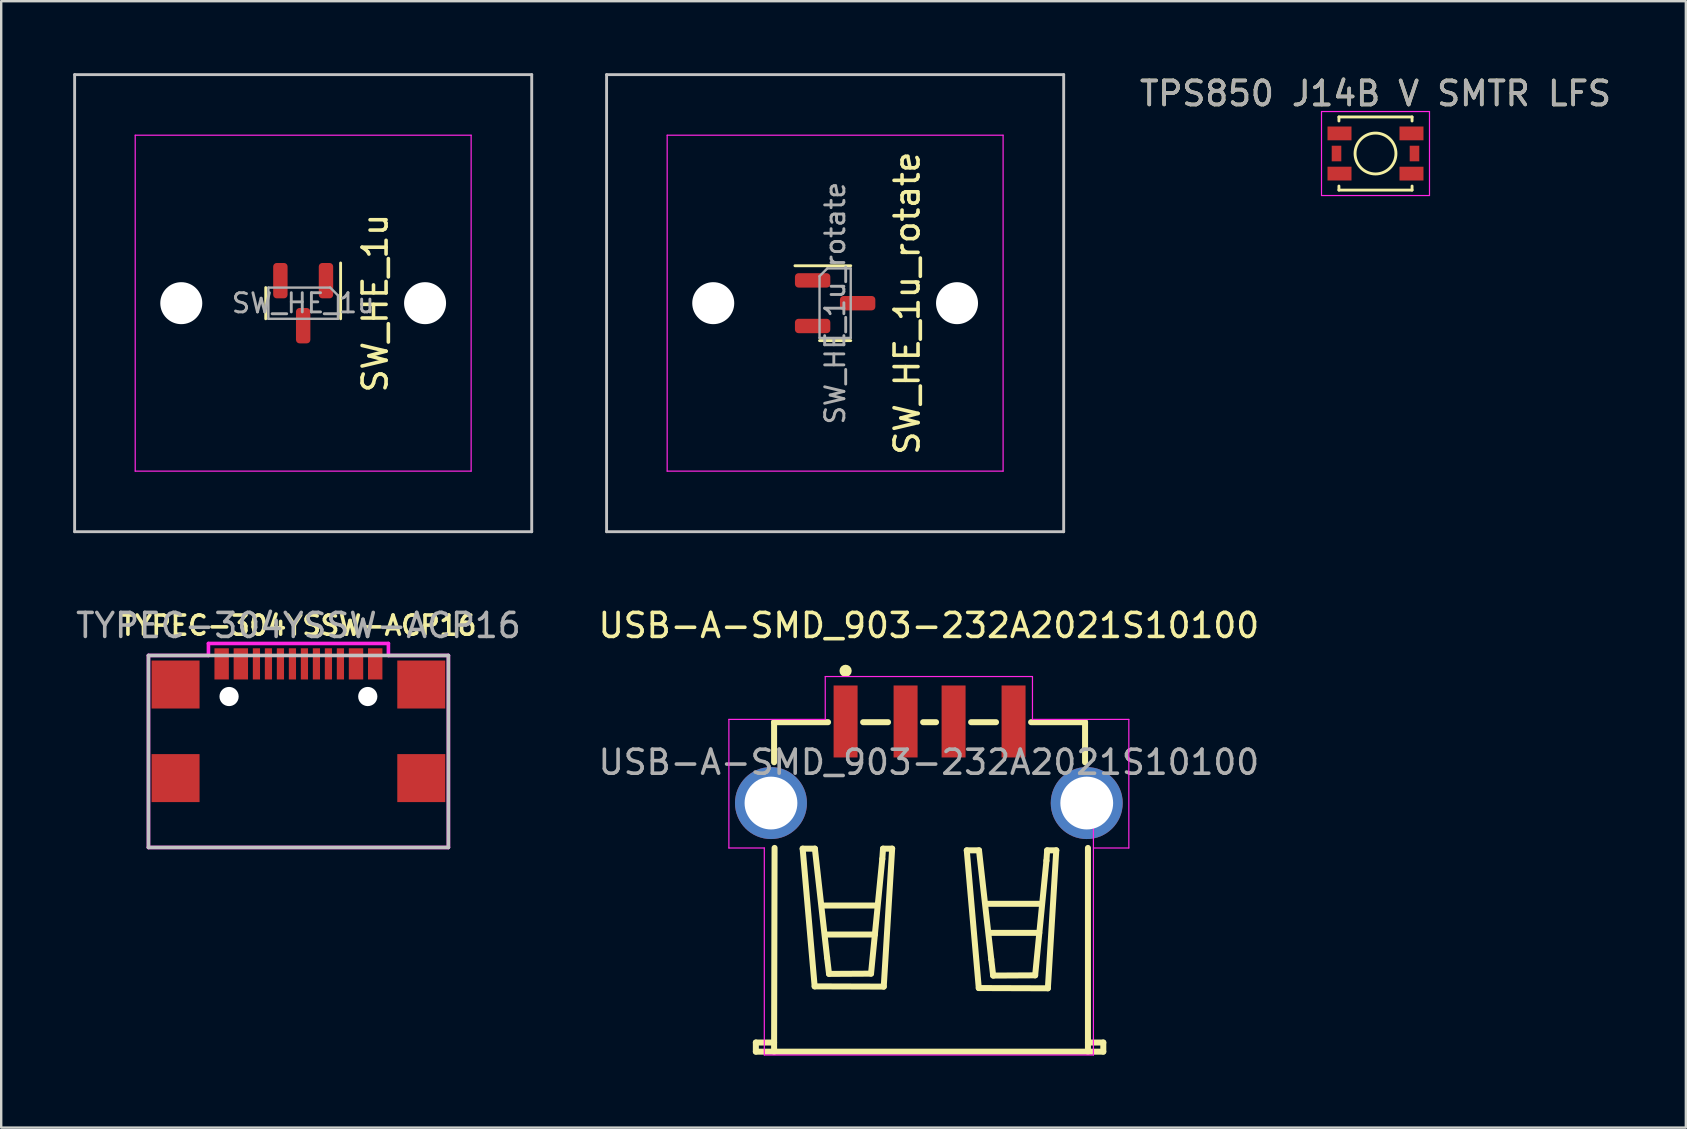
<source format=kicad_pcb>
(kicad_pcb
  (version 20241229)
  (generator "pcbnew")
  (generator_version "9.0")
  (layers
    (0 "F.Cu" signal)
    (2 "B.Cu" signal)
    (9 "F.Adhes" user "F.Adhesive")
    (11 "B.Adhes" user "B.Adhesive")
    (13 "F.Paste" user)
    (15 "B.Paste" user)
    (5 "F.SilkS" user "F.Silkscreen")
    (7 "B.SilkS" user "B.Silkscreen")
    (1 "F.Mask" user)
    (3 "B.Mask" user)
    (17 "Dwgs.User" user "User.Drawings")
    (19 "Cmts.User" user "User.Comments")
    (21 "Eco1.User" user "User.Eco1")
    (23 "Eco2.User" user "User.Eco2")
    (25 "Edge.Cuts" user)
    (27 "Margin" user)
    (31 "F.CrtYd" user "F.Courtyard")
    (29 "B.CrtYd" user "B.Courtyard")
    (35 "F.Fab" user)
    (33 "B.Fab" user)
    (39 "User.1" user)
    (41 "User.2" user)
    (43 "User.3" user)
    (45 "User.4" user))
  (footprint "SW_HE_1u_rotate"
    (layer "F.Cu")
    (at 31.755 9.585)
    (property "Reference" "SW_HE_1u_rotate" (at 3 0 270) (layer "F.SilkS") (effects (font (size 1 1) (thickness 0.15))))
    (attr smd)
    (fp_line (start -1.675 -1.56) (end 0.65 -1.56) (stroke (width 0.12) (type default)) (layer "F.SilkS"))
    (fp_line (start -0.65 1.56) (end 0.65 1.56) (stroke (width 0.12) (type default)) (layer "F.SilkS"))
    (fp_line (start -9.525 -9.525) (end -9.525 9.525) (stroke (width 0.12) (type solid)) (layer "Dwgs.User"))
    (fp_line (start -9.525 9.525) (end 9.525 9.525) (stroke (width 0.12) (type solid)) (layer "Dwgs.User"))
    (fp_line (start 9.525 -9.525) (end -9.525 -9.525) (stroke (width 0.12) (type solid)) (layer "Dwgs.User"))
    (fp_line (start 9.525 9.525) (end 9.525 -9.525) (stroke (width 0.12) (type solid)) (layer "Dwgs.User"))
    (fp_line (start -7 6.5) (end -7 -6.5) (stroke (width 0.05) (type solid)) (layer "Eco2.User"))
    (fp_line (start -6.5 -7) (end 6.5 -7) (stroke (width 0.05) (type solid)) (layer "Eco2.User"))
    (fp_line (start 6.5 7) (end -6.5 7) (stroke (width 0.05) (type solid)) (layer "Eco2.User"))
    (fp_line (start 7 -6.5) (end 7 6.5) (stroke (width 0.05) (type solid)) (layer "Eco2.User"))
    (fp_arc (start -7 -6.5) (mid -6.853553 -6.853553) (end -6.5 -7) (stroke (width 0.05) (type solid)) (layer "Eco2.User"))
    (fp_arc (start -6.5 7) (mid -6.853553 6.853553) (end -7 6.5) (stroke (width 0.05) (type solid)) (layer "Eco2.User"))
    (fp_arc (start 6.5 -7) (mid 6.853553 -6.853553) (end 7 -6.5) (stroke (width 0.05) (type solid)) (layer "Eco2.User"))
    (fp_arc (start 6.997236 6.498884) (mid 6.850789 6.852437) (end 6.497236 6.998884) (stroke (width 0.05) (type solid)) (layer "Eco2.User"))
    (fp_line (start -7 -7) (end -7 7) (stroke (width 0.05) (type solid)) (layer "F.CrtYd"))
    (fp_line (start -7 7) (end 7 7) (stroke (width 0.05) (type solid)) (layer "F.CrtYd"))
    (fp_line (start 7 -7) (end -7 -7) (stroke (width 0.05) (type solid)) (layer "F.CrtYd"))
    (fp_line (start 7 7) (end 7 -7) (stroke (width 0.05) (type solid)) (layer "F.CrtYd"))
    (fp_line (start -0.65 1.45) (end -0.65 -1.125) (stroke (width 0.1) (type default)) (layer "F.Fab"))
    (fp_line (start -0.325 -1.45) (end -0.65 -1.125) (stroke (width 0.1) (type default)) (layer "F.Fab"))
    (fp_line (start -0.325 -1.45) (end 0.65 -1.45) (stroke (width 0.1) (type default)) (layer "F.Fab"))
    (fp_line (start 0.65 1.45) (end -0.65 1.45) (stroke (width 0.1) (type default)) (layer "F.Fab"))
    (fp_line (start 0.65 1.45) (end 0.65 -1.45) (stroke (width 0.1) (type default)) (layer "F.Fab"))
    (fp_text user "${REFERENCE}" (at 0 0 90) (layer "F.Fab") (effects (font (size 0.8 0.8) (thickness 0.12))))
    (pad "" np_thru_hole circle (at -5.08 0) (size 1.75 1.75) (drill 1.75) (layers "*.Cu" "*.Mask"))
    (pad "" np_thru_hole circle (at 5.08 0) (size 1.75 1.75) (drill 1.75) (layers "*.Cu" "*.Mask"))
    (pad "1" smd roundrect (at -0.938 -0.95) (size 1.475 0.6) (layers "F.Cu" "F.Mask" "F.Paste") (roundrect_rratio 0.25))
    (pad "2" smd roundrect (at -0.938 0.95) (size 1.475 0.6) (layers "F.Cu" "F.Mask" "F.Paste") (roundrect_rratio 0.25))
    (pad "3" smd roundrect (at 0.938 0) (size 1.475 0.6) (layers "F.Cu" "F.Mask" "F.Paste") (roundrect_rratio 0.25))
    (zone (net_name "") (layers "F.Cu" "B.Cu") (hatch edge 0.5) (connect_pads) (min_thickness 0.25) (filled_areas_thickness no) (keepout (tracks allowed) (vias allowed) (pads allowed) (copperpour not_allowed) (footprints allowed)) (placement (enabled no)) (fill) (polygon (pts (arc (start 30.335 7.665) (mid 29.981447 7.811447) (end 29.835 8.165)) (arc (start 29.835 11.005) (mid 29.981447 11.358553) (end 30.335 11.505)) (arc (start 33.175 11.505) (mid 33.528553 11.358553) (end 33.675 11.005)) (arc (start 33.675 8.165) (mid 33.528553 7.811447) (end 33.175 7.665))))))
  (footprint "TYPEC-304YSSW-ACP16"
    (layer "F.Cu")
    (at 9.387 32.268)
    (property "Reference" "TYPEC-304YSSW-ACP16" (at 0 -9.25 0) (layer "F.SilkS") (effects (font (size 0.8 0.8) (thickness 0.15))))
    (attr smd)
    (fp_line (start -6.25 -8) (end 6.25 -8) (stroke (width 0.15) (type solid)) (layer "Dwgs.User"))
    (fp_line (start -6.25 0) (end -6.25 -8) (stroke (width 0.15) (type solid)) (layer "Dwgs.User"))
    (fp_line (start -6.25 0) (end 6.25 0) (stroke (width 0.15) (type solid)) (layer "Dwgs.User"))
    (fp_line (start 6.25 0) (end 6.25 -8) (stroke (width 0.15) (type solid)) (layer "Dwgs.User"))
    (fp_circle (center -2.89 -6.29) (end -2.765 -6.29) (stroke (width 0.25) (type solid)) (fill no) (layer "Cmts.User"))
    (fp_circle (center 2.89 -6.29) (end 3.015 -6.29) (stroke (width 0.25) (type solid)) (fill no) (layer "Cmts.User"))
    (fp_line (start -6.25 -8) (end -3.75 -8) (stroke (width 0.15) (type solid)) (layer "F.CrtYd"))
    (fp_line (start -6.25 0) (end -6.25 -8) (stroke (width 0.15) (type solid)) (layer "F.CrtYd"))
    (fp_line (start -3.75 -8.5) (end 3.75 -8.5) (stroke (width 0.15) (type solid)) (layer "F.CrtYd"))
    (fp_line (start -3.75 -8) (end -3.75 -8.5) (stroke (width 0.15) (type solid)) (layer "F.CrtYd"))
    (fp_line (start 3.75 -8.5) (end 3.75 -8) (stroke (width 0.15) (type solid)) (layer "F.CrtYd"))
    (fp_line (start 6.25 -8) (end 3.75 -8) (stroke (width 0.15) (type solid)) (layer "F.CrtYd"))
    (fp_line (start 6.25 -8) (end 6.25 0) (stroke (width 0.15) (type solid)) (layer "F.CrtYd"))
    (fp_line (start 6.25 0) (end -6.25 0) (stroke (width 0.15) (type solid)) (layer "F.CrtYd"))
    (fp_text user "${REFERENCE}" (at 0 -9.25 0) (layer "F.Fab") (effects (font (size 1 1) (thickness 0.15))))
    (pad "" np_thru_hole circle (at -2.89 -6.29) (size 0.8 0.8) (drill 0.8) (layers "*.Cu" "*.Mask"))
    (pad "" np_thru_hole circle (at 2.89 -6.29) (size 0.8 0.8) (drill 0.8) (layers "*.Cu" "*.Mask"))
    (pad "1" smd rect (at -3.2 -7.65) (size 0.6 1.3) (layers "F.Cu" "F.Mask" "F.Paste"))
    (pad "2" smd rect (at -2.4 -7.65) (size 0.6 1.3) (layers "F.Cu" "F.Mask" "F.Paste"))
    (pad "3" smd rect (at -1.75 -7.65) (size 0.3 1.3) (layers "F.Cu" "F.Mask" "F.Paste"))
    (pad "4" smd rect (at -1.25 -7.65) (size 0.3 1.3) (layers "F.Cu" "F.Mask" "F.Paste"))
    (pad "5" smd rect (at -0.75 -7.65) (size 0.3 1.3) (layers "F.Cu" "F.Mask" "F.Paste"))
    (pad "6" smd rect (at -0.25 -7.65) (size 0.3 1.3) (layers "F.Cu" "F.Mask" "F.Paste"))
    (pad "7" smd rect (at 0.25 -7.65) (size 0.3 1.3) (layers "F.Cu" "F.Mask" "F.Paste"))
    (pad "8" smd rect (at 0.75 -7.65) (size 0.3 1.3) (layers "F.Cu" "F.Mask" "F.Paste"))
    (pad "9" smd rect (at 1.25 -7.65) (size 0.3 1.3) (layers "F.Cu" "F.Mask" "F.Paste"))
    (pad "10" smd rect (at 1.75 -7.65) (size 0.3 1.3) (layers "F.Cu" "F.Mask" "F.Paste"))
    (pad "11" smd rect (at 2.4 -7.65) (size 0.6 1.3) (layers "F.Cu" "F.Mask" "F.Paste"))
    (pad "12" smd rect (at 3.2 -7.65) (size 0.6 1.3) (layers "F.Cu" "F.Mask" "F.Paste"))
    (pad "13" smd rect (at -5.12 -6.79) (size 2 2) (layers "F.Cu" "F.Mask" "F.Paste"))
    (pad "13" smd rect (at -5.12 -2.89) (size 2 2) (layers "F.Cu" "F.Mask" "F.Paste"))
    (pad "13" smd rect (at 5.12 -6.79) (size 2 2) (layers "F.Cu" "F.Mask" "F.Paste"))
    (pad "13" smd rect (at 5.12 -2.89) (size 2 2) (layers "F.Cu" "F.Mask" "F.Paste")))
  (footprint "SW_HE_1u"
    (layer "F.Cu")
    (at 9.585 9.585)
    (property "Reference" "SW_HE_1u" (at 3 0 270) (layer "F.SilkS") (effects (font (size 1 1) (thickness 0.15))))
    (attr smd)
    (fp_line (start -1.56 -0.65) (end -1.56 0.65) (stroke (width 0.12) (type default)) (layer "F.SilkS"))
    (fp_line (start 1.56 -1.675) (end 1.56 0.65) (stroke (width 0.12) (type default)) (layer "F.SilkS"))
    (fp_line (start -9.525 -9.525) (end -9.525 9.525) (stroke (width 0.12) (type solid)) (layer "Dwgs.User"))
    (fp_line (start -9.525 9.525) (end 9.525 9.525) (stroke (width 0.12) (type solid)) (layer "Dwgs.User"))
    (fp_line (start 9.525 -9.525) (end -9.525 -9.525) (stroke (width 0.12) (type solid)) (layer "Dwgs.User"))
    (fp_line (start 9.525 9.525) (end 9.525 -9.525) (stroke (width 0.12) (type solid)) (layer "Dwgs.User"))
    (fp_line (start -7 6.5) (end -7 -6.5) (stroke (width 0.05) (type solid)) (layer "Eco2.User"))
    (fp_line (start -6.5 -7) (end 6.5 -7) (stroke (width 0.05) (type solid)) (layer "Eco2.User"))
    (fp_line (start 6.5 7) (end -6.5 7) (stroke (width 0.05) (type solid)) (layer "Eco2.User"))
    (fp_line (start 7 -6.5) (end 7 6.5) (stroke (width 0.05) (type solid)) (layer "Eco2.User"))
    (fp_arc (start -7 -6.5) (mid -6.853553 -6.853553) (end -6.5 -7) (stroke (width 0.05) (type solid)) (layer "Eco2.User"))
    (fp_arc (start -6.5 7) (mid -6.853553 6.853553) (end -7 6.5) (stroke (width 0.05) (type solid)) (layer "Eco2.User"))
    (fp_arc (start 6.5 -7) (mid 6.853553 -6.853553) (end 7 -6.5) (stroke (width 0.05) (type solid)) (layer "Eco2.User"))
    (fp_arc (start 6.997236 6.498884) (mid 6.850789 6.852437) (end 6.497236 6.998884) (stroke (width 0.05) (type solid)) (layer "Eco2.User"))
    (fp_line (start -7 -7) (end -7 7) (stroke (width 0.05) (type solid)) (layer "F.CrtYd"))
    (fp_line (start -7 7) (end 7 7) (stroke (width 0.05) (type solid)) (layer "F.CrtYd"))
    (fp_line (start 7 -7) (end -7 -7) (stroke (width 0.05) (type solid)) (layer "F.CrtYd"))
    (fp_line (start 7 7) (end 7 -7) (stroke (width 0.05) (type solid)) (layer "F.CrtYd"))
    (fp_line (start -1.45 -0.65) (end 1.125 -0.65) (stroke (width 0.1) (type default)) (layer "F.Fab"))
    (fp_line (start -1.45 0.65) (end -1.45 -0.65) (stroke (width 0.1) (type default)) (layer "F.Fab"))
    (fp_line (start -1.45 0.65) (end 1.45 0.65) (stroke (width 0.1) (type default)) (layer "F.Fab"))
    (fp_line (start 1.45 -0.325) (end 1.125 -0.65) (stroke (width 0.1) (type default)) (layer "F.Fab"))
    (fp_line (start 1.45 -0.325) (end 1.45 0.65) (stroke (width 0.1) (type default)) (layer "F.Fab"))
    (fp_text user "${REFERENCE}" (at 0 0 0) (layer "F.Fab") (effects (font (size 0.8 0.8) (thickness 0.12))))
    (pad "" np_thru_hole circle (at -5.08 0) (size 1.75 1.75) (drill 1.75) (layers "*.Cu" "*.Mask"))
    (pad "" np_thru_hole circle (at 5.08 0) (size 1.75 1.75) (drill 1.75) (layers "*.Cu" "*.Mask"))
    (pad "1" smd roundrect (at 0.95 -0.938 270) (size 1.475 0.6) (layers "F.Cu" "F.Mask" "F.Paste") (roundrect_rratio 0.25))
    (pad "2" smd roundrect (at -0.95 -0.938 270) (size 1.475 0.6) (layers "F.Cu" "F.Mask" "F.Paste") (roundrect_rratio 0.25))
    (pad "3" smd roundrect (at 0 0.938 270) (size 1.475 0.6) (layers "F.Cu" "F.Mask" "F.Paste") (roundrect_rratio 0.25))
    (zone (net_name "") (layers "F.Cu" "B.Cu") (hatch edge 0.5) (connect_pads) (min_thickness 0.25) (filled_areas_thickness no) (keepout (tracks allowed) (vias allowed) (pads allowed) (copperpour not_allowed) (footprints allowed)) (placement (enabled no)) (fill) (polygon (pts (arc (start 11.505 8.165) (mid 11.358553 7.811447) (end 11.005 7.665)) (arc (start 8.165 7.665) (mid 7.811447 7.811447) (end 7.665 8.165)) (arc (start 7.665 11.005) (mid 7.811447 11.358553) (end 8.165 11.505)) (arc (start 11.005 11.505) (mid 11.358553 11.358553) (end 11.505 11.005))))))
  (footprint "TPS850 J14B V SMTR LFS"
    (layer "F.Cu")
    (at 54.275 3.348)
    (property "Reference" "TPS850 J14B V SMTR LFS" (at 0 -2.5 0) (layer "F.SilkS") (effects (font (size 1 1) (thickness 0.15))))
    (attr smd)
    (fp_line (start -1.524 -1.524) (end -1.524 -1.356) (stroke (width 0.12) (type solid)) (layer "F.SilkS"))
    (fp_line (start -1.524 1.356) (end -1.524 1.524) (stroke (width 0.12) (type solid)) (layer "F.SilkS"))
    (fp_line (start -1.524 1.524) (end 1.524 1.524) (stroke (width 0.12) (type solid)) (layer "F.SilkS"))
    (fp_line (start 1.524 -1.524) (end -1.524 -1.524) (stroke (width 0.12) (type solid)) (layer "F.SilkS"))
    (fp_line (start 1.524 -1.356) (end 1.524 -1.524) (stroke (width 0.12) (type solid)) (layer "F.SilkS"))
    (fp_line (start 1.524 1.524) (end 1.524 1.356) (stroke (width 0.12) (type solid)) (layer "F.SilkS"))
    (fp_circle (center 0 0) (end 0.852 0) (stroke (width 0.12) (type solid)) (fill no) (layer "F.SilkS"))
    (fp_line (start -2.25 -1.75) (end 2.25 -1.75) (stroke (width 0.05) (type solid)) (layer "F.CrtYd"))
    (fp_line (start -2.25 1.75) (end -2.25 -1.75) (stroke (width 0.05) (type solid)) (layer "F.CrtYd"))
    (fp_line (start 2.25 -1.75) (end 2.25 1.75) (stroke (width 0.05) (type solid)) (layer "F.CrtYd"))
    (fp_line (start 2.25 1.75) (end -2.25 1.75) (stroke (width 0.05) (type solid)) (layer "F.CrtYd"))
    (fp_text user "${REFERENCE}" (at 0 -2.5 0) (layer "F.Fab") (effects (font (size 1 1) (thickness 0.15))))
    (pad "1" smd rect (at -1.5 -0.838) (size 1 0.575) (layers "F.Cu" "F.Mask" "F.Paste"))
    (pad "1" smd rect (at 1.5 -0.838) (size 1 0.575) (layers "F.Cu" "F.Mask" "F.Paste"))
    (pad "2" smd rect (at -1.5 0.837) (size 1 0.575) (layers "F.Cu" "F.Mask" "F.Paste"))
    (pad "2" smd rect (at 1.5 0.838) (size 1 0.575) (layers "F.Cu" "F.Mask" "F.Paste"))
    (pad "MP" smd rect (at -1.625 0) (size 0.4 0.65) (layers "F.Cu" "F.Mask" "F.Paste"))
    (pad "MP" smd rect (at 1.625 0) (size 0.4 0.65) (layers "F.Cu" "F.Mask" "F.Paste")))
  (footprint "USB-A-SMD_903-232A2021S10100"
    (layer "F.Cu")
    (at 35.661 28.718)
    (property "Reference" "USB-A-SMD_903-232A2021S10100" (at 0 -5.7 0) (layer "F.SilkS") (effects (font (size 1 1) (thickness 0.15))))
    (attr smd)
    (fp_line (start -7.21 11.68) (end -6.45 11.68) (stroke (width 0.25) (type solid)) (layer "F.SilkS"))
    (fp_line (start -7.21 12.06) (end -7.21 11.68) (stroke (width 0.25) (type solid)) (layer "F.SilkS"))
    (fp_line (start -6.45 0) (end -6.45 -1.67) (stroke (width 0.25) (type solid)) (layer "F.SilkS"))
    (fp_line (start -6.45 12.06) (end -7.21 12.06) (stroke (width 0.25) (type solid)) (layer "F.SilkS"))
    (fp_line (start -6.45 12.06) (end -6.43 3.57) (stroke (width 0.25) (type solid)) (layer "F.SilkS"))
    (fp_line (start -6.45 12.06) (end 6.63 12.06) (stroke (width 0.25) (type solid)) (layer "F.SilkS"))
    (fp_line (start -5.26 3.6) (end -4.75 3.6) (stroke (width 0.25) (type solid)) (layer "F.SilkS"))
    (fp_line (start -4.76 9.34) (end -5.26 3.6) (stroke (width 0.25) (type solid)) (layer "F.SilkS"))
    (fp_line (start -4.75 3.6) (end -4.24 8.15) (stroke (width 0.25) (type solid)) (layer "F.SilkS"))
    (fp_line (start -4.42 5.97) (end -2.16 5.97) (stroke (width 0.25) (type solid)) (layer "F.SilkS"))
    (fp_line (start -4.28 7.18) (end -2.25 7.18) (stroke (width 0.25) (type solid)) (layer "F.SilkS"))
    (fp_line (start -4.24 8.15) (end -4.16 8.82) (stroke (width 0.25) (type solid)) (layer "F.SilkS"))
    (fp_line (start -4.2 -1.67) (end -6.45 -1.67) (stroke (width 0.25) (type solid)) (layer "F.SilkS"))
    (fp_line (start -4.16 8.82) (end -2.41 8.81) (stroke (width 0.25) (type solid)) (layer "F.SilkS"))
    (fp_line (start -2.41 8.81) (end -1.94 4.03) (stroke (width 0.25) (type solid)) (layer "F.SilkS"))
    (fp_line (start -1.94 4.03) (end -1.91 3.6) (stroke (width 0.25) (type solid)) (layer "F.SilkS"))
    (fp_line (start -1.91 3.6) (end -1.53 3.6) (stroke (width 0.25) (type solid)) (layer "F.SilkS"))
    (fp_line (start -1.88 9.35) (end -4.76 9.34) (stroke (width 0.25) (type solid)) (layer "F.SilkS"))
    (fp_line (start -1.7 -1.67) (end -2.74 -1.67) (stroke (width 0.25) (type solid)) (layer "F.SilkS"))
    (fp_line (start -1.53 3.6) (end -1.88 9.35) (stroke (width 0.25) (type solid)) (layer "F.SilkS"))
    (fp_line (start 0.3 -1.67) (end -0.24 -1.67) (stroke (width 0.25) (type solid)) (layer "F.SilkS"))
    (fp_line (start 1.58 3.67) (end 2.09 3.67) (stroke (width 0.25) (type solid)) (layer "F.SilkS"))
    (fp_line (start 2.08 9.41) (end 1.58 3.67) (stroke (width 0.25) (type solid)) (layer "F.SilkS"))
    (fp_line (start 2.09 3.67) (end 2.6 8.21) (stroke (width 0.25) (type solid)) (layer "F.SilkS"))
    (fp_line (start 2.43 5.9) (end 4.69 5.9) (stroke (width 0.25) (type solid)) (layer "F.SilkS"))
    (fp_line (start 2.57 7.11) (end 4.6 7.11) (stroke (width 0.25) (type solid)) (layer "F.SilkS"))
    (fp_line (start 2.6 8.21) (end 2.68 8.89) (stroke (width 0.25) (type solid)) (layer "F.SilkS"))
    (fp_line (start 2.68 8.89) (end 4.43 8.88) (stroke (width 0.25) (type solid)) (layer "F.SilkS"))
    (fp_line (start 2.8 -1.67) (end 1.76 -1.67) (stroke (width 0.25) (type solid)) (layer "F.SilkS"))
    (fp_line (start 4.43 8.88) (end 4.9 4.1) (stroke (width 0.25) (type solid)) (layer "F.SilkS"))
    (fp_line (start 4.9 4.1) (end 4.93 3.67) (stroke (width 0.25) (type solid)) (layer "F.SilkS"))
    (fp_line (start 4.93 3.67) (end 5.31 3.67) (stroke (width 0.25) (type solid)) (layer "F.SilkS"))
    (fp_line (start 4.96 9.42) (end 2.08 9.41) (stroke (width 0.25) (type solid)) (layer "F.SilkS"))
    (fp_line (start 5.31 3.67) (end 4.96 9.42) (stroke (width 0.25) (type solid)) (layer "F.SilkS"))
    (fp_line (start 6.51 -1.67) (end 4.26 -1.67) (stroke (width 0.25) (type solid)) (layer "F.SilkS"))
    (fp_line (start 6.51 -1.67) (end 6.51 0) (stroke (width 0.25) (type solid)) (layer "F.SilkS"))
    (fp_line (start 6.63 12.06) (end 6.63 3.57) (stroke (width 0.25) (type solid)) (layer "F.SilkS"))
    (fp_line (start 6.63 12.06) (end 7.27 12.06) (stroke (width 0.25) (type solid)) (layer "F.SilkS"))
    (fp_line (start 7.27 11.68) (end 6.63 11.68) (stroke (width 0.25) (type solid)) (layer "F.SilkS"))
    (fp_line (start 7.27 12.06) (end 7.27 11.68) (stroke (width 0.25) (type solid)) (layer "F.SilkS"))
    (fp_circle (center -3.47 -3.81) (end -3.34 -3.81) (stroke (width 0.25) (type solid)) (fill no) (layer "F.SilkS"))
    (fp_line (start -8.334 -1.786) (end -8.334 3.572) (stroke (width 0.05) (type solid)) (layer "F.CrtYd"))
    (fp_line (start -8.334 3.572) (end -6.858 3.572) (stroke (width 0.05) (type solid)) (layer "F.CrtYd"))
    (fp_line (start -6.858 3.572) (end -6.858 12.2) (stroke (width 0.05) (type solid)) (layer "F.CrtYd"))
    (fp_line (start -6.858 12.2) (end 6.858 12.2) (stroke (width 0.05) (type solid)) (layer "F.CrtYd"))
    (fp_line (start -4.318 -3.572) (end -4.318 -1.786) (stroke (width 0.05) (type solid)) (layer "F.CrtYd"))
    (fp_line (start -4.318 -3.572) (end 4.318 -3.572) (stroke (width 0.05) (type solid)) (layer "F.CrtYd"))
    (fp_line (start -4.318 -1.786) (end -8.334 -1.786) (stroke (width 0.05) (type solid)) (layer "F.CrtYd"))
    (fp_line (start 4.318 -3.572) (end 4.318 -1.786) (stroke (width 0.05) (type solid)) (layer "F.CrtYd"))
    (fp_line (start 6.858 2.627) (end 6.858 12.2) (stroke (width 0.05) (type solid)) (layer "F.CrtYd"))
    (fp_line (start 6.858 3.572) (end 8.334 3.572) (stroke (width 0.05) (type solid)) (layer "F.CrtYd"))
    (fp_line (start 8.334 -1.786) (end 4.318 -1.786) (stroke (width 0.05) (type solid)) (layer "F.CrtYd"))
    (fp_line (start 8.334 -1.786) (end 8.334 3.572) (stroke (width 0.05) (type solid)) (layer "F.CrtYd"))
    (fp_text user "${REFERENCE}" (at 0 0 0) (layer "F.Fab") (effects (font (size 1 1) (thickness 0.15))))
    (pad "1" smd rect (at -3.47 -1.7 180) (size 1 3) (layers "F.Cu" "F.Mask" "F.Paste"))
    (pad "2" smd rect (at -0.97 -1.7 180) (size 1 3) (layers "F.Cu" "F.Mask" "F.Paste"))
    (pad "3" smd rect (at 1.03 -1.7 180) (size 1 3) (layers "F.Cu" "F.Mask" "F.Paste"))
    (pad "4" smd rect (at 3.53 -1.7 180) (size 1 3) (layers "F.Cu" "F.Mask" "F.Paste"))
    (pad "5" thru_hole circle (at -6.58 1.7) (size 3 3) (drill 2.2) (layers "*.Cu" "*.Mask"))
    (pad "6" thru_hole circle (at 6.58 1.7) (size 3 3) (drill 2.2) (layers "*.Cu" "*.Mask")))
  (gr_rect
    (start -3 -3)
    (end 67.209 43.943)
    (stroke (width 0.1) (type default))
    (fill no)
    (layer "Edge.Cuts")))
</source>
